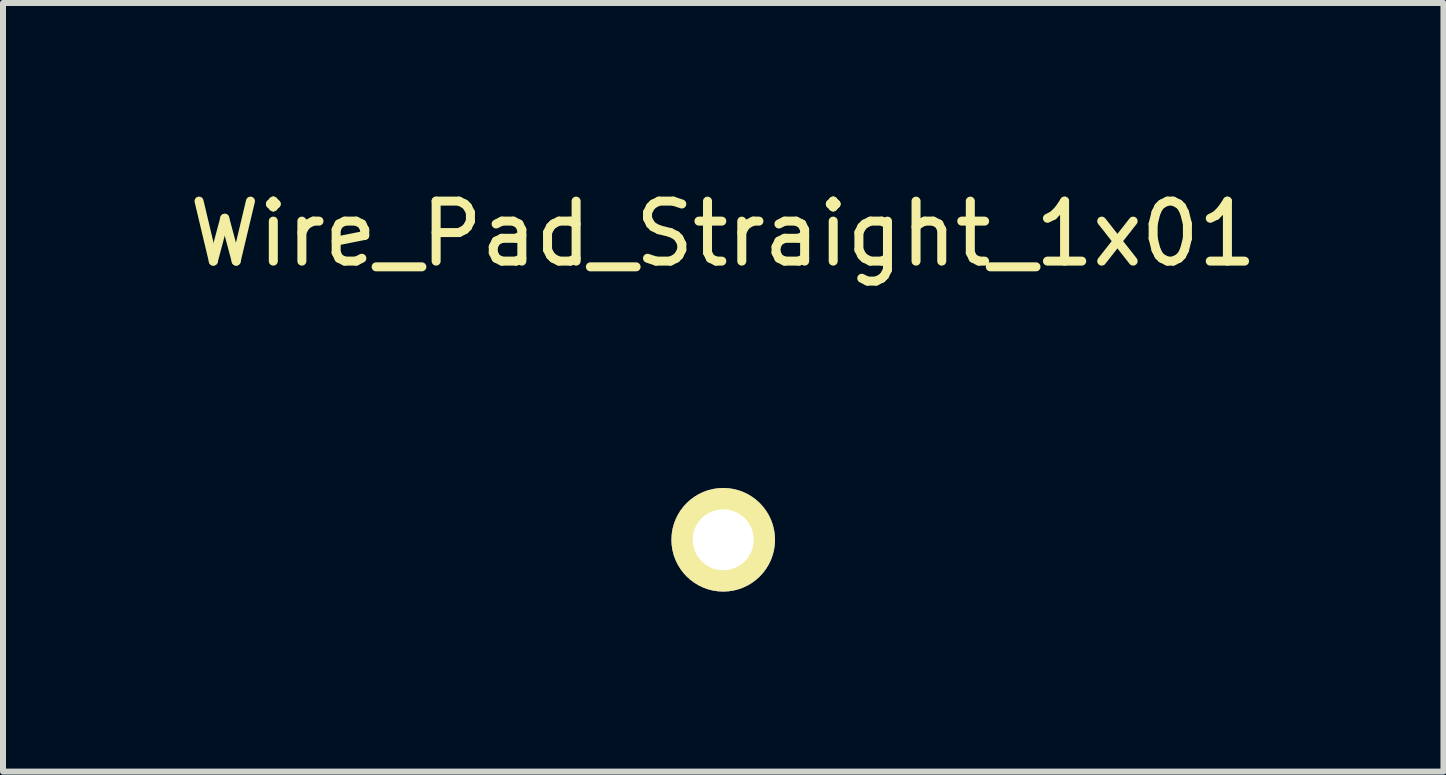
<source format=kicad_pcb>
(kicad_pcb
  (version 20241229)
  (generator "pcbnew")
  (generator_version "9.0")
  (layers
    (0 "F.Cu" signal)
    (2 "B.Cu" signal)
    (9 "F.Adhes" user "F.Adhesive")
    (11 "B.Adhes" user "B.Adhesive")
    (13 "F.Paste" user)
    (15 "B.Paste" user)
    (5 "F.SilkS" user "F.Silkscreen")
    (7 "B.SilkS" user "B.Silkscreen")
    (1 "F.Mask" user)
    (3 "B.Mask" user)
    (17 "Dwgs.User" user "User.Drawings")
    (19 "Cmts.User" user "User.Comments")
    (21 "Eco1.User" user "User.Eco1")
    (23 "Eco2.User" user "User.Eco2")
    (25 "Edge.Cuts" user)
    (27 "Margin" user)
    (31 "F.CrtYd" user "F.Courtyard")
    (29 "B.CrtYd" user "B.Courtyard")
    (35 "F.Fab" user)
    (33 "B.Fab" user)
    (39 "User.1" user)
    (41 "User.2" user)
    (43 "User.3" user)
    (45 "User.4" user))
  (footprint "Wire_Pad_Straight_1x01"
    (layer "F.Cu")
    (at 9.006 5.948)
    (property "Reference" "Wire_Pad_Straight_1x01" (at 0 -5.1 0) (layer "F.SilkS") (effects (font (size 1 1) (thickness 0.15))))
    (attr through_hole)
    (pad "1" thru_hole circle (at 0 0) (size 1.727 1.727) (drill 1.016) (layers "*.Cu" "*.Mask" "F.SilkS")))
  (gr_rect
    (start -3 -3)
    (end 21.012 9.812)
    (stroke (width 0.1) (type default))
    (fill no)
    (layer "Edge.Cuts")))
</source>
